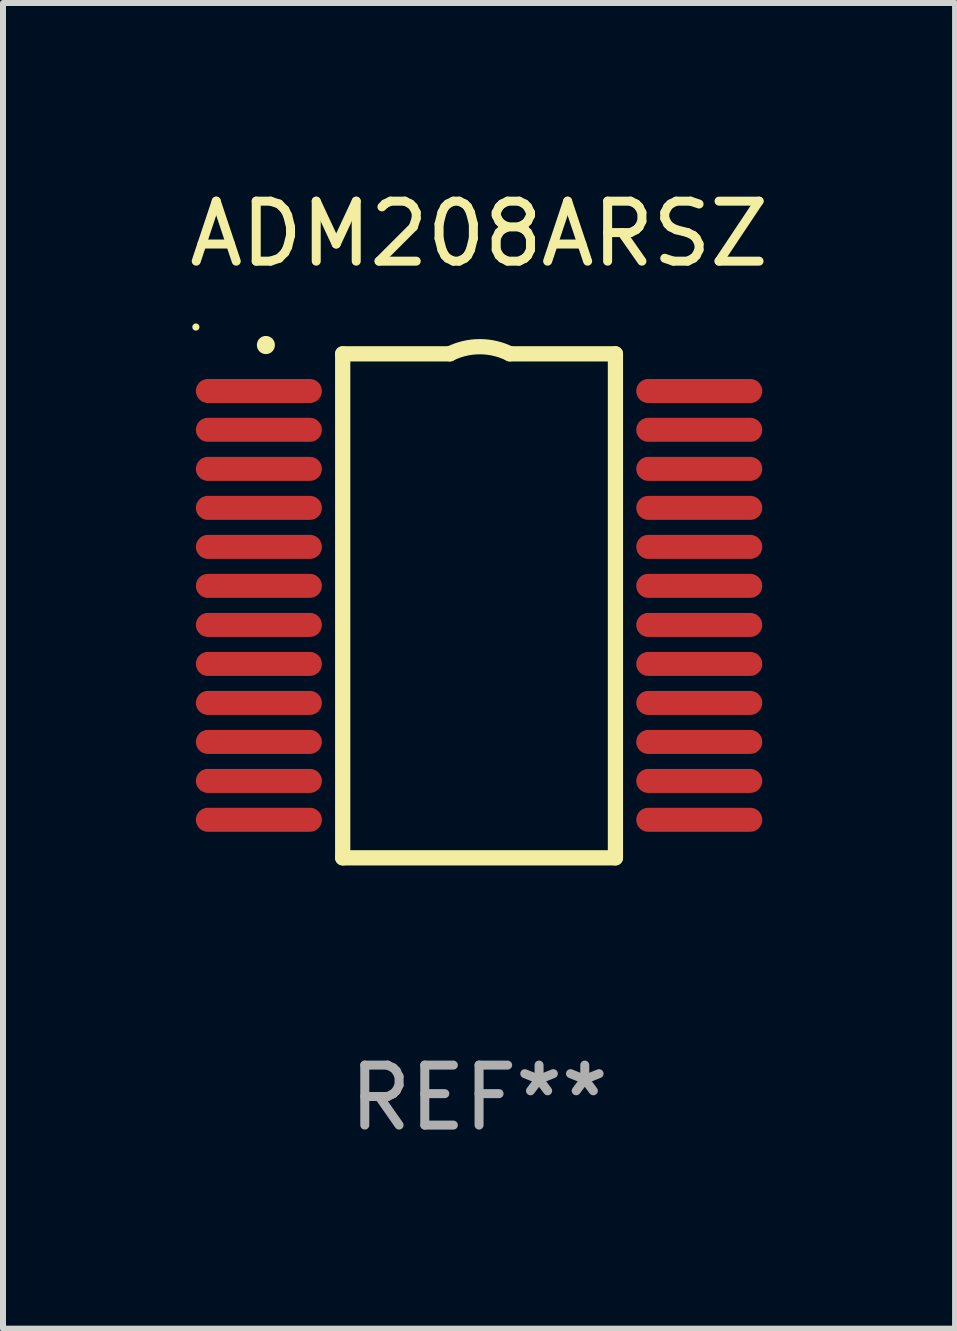
<source format=kicad_pcb>
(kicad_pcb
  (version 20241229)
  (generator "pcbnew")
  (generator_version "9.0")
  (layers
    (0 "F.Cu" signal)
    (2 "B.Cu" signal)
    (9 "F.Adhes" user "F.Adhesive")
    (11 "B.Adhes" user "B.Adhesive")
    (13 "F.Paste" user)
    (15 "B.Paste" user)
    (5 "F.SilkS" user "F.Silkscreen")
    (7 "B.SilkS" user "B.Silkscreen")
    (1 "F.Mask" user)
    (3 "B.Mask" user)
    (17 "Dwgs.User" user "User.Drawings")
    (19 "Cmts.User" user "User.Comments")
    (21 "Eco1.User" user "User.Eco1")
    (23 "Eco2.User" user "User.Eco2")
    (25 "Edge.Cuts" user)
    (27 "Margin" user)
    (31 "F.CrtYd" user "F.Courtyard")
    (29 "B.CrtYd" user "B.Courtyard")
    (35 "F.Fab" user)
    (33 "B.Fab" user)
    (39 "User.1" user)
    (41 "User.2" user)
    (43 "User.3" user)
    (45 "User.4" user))
  (footprint "ADM208ARSZ"
    (layer "F.Cu")
    (at 4.935 7.048)
    (property "Reference" "ADM208ARSZ" (at 0 -6.2 0) (layer "F.SilkS") (effects (font (size 1 1) (thickness 0.15))))
    (attr through_hole)
    (fp_line (start -2.273 -4.2) (end -0.487 -4.2) (stroke (width 0.254) (type solid)) (layer "F.SilkS"))
    (fp_line (start -2.273 4.2) (end -2.273 -4.2) (stroke (width 0.254) (type solid)) (layer "F.SilkS"))
    (fp_line (start 0.513 -4.2) (end 2.273 -4.2) (stroke (width 0.254) (type solid)) (layer "F.SilkS"))
    (fp_line (start 2.273 -4.2) (end 2.273 4.2) (stroke (width 0.254) (type solid)) (layer "F.SilkS"))
    (fp_line (start 2.273 4.2) (end -2.273 4.2) (stroke (width 0.254) (type solid)) (layer "F.SilkS"))
    (fp_arc (start -3.553467 -4.345949) (mid -3.553472 -4.347219) (end -3.553467 -4.348489) (stroke (width 0.3) (type solid)) (layer "F.SilkS"))
    (fp_arc (start -0.487681 -4.201168) (mid 0.0127 -4.319332) (end 0.513081 -4.201168) (stroke (width 0.254001) (type solid)) (layer "F.SilkS"))
    (fp_circle (center -4.72 -4.647) (end -4.69 -4.647) (stroke (width 0.06) (type solid)) (fill no) (layer "F.SilkS"))
    (fp_text user "REF**" (at 0 8.2 0) (layer "F.Fab") (effects (font (size 1 1) (thickness 0.15))))
    (pad "1" smd oval (at -3.67 -3.581 90) (size 0.4 2.1) (layers "F.Cu" "F.Mask" "F.Paste"))
    (pad "2" smd oval (at -3.67 -2.934 90) (size 0.4 2.1) (layers "F.Cu" "F.Mask" "F.Paste"))
    (pad "3" smd oval (at -3.67 -2.283 90) (size 0.4 2.1) (layers "F.Cu" "F.Mask" "F.Paste"))
    (pad "4" smd oval (at -3.67 -1.633 90) (size 0.4 2.1) (layers "F.Cu" "F.Mask" "F.Paste"))
    (pad "5" smd oval (at -3.67 -0.983 90) (size 0.4 2.1) (layers "F.Cu" "F.Mask" "F.Paste"))
    (pad "6" smd oval (at -3.67 -0.333 90) (size 0.4 2.1) (layers "F.Cu" "F.Mask" "F.Paste"))
    (pad "7" smd oval (at -3.67 0.318 90) (size 0.4 2.1) (layers "F.Cu" "F.Mask" "F.Paste"))
    (pad "8" smd oval (at -3.67 0.968 90) (size 0.4 2.1) (layers "F.Cu" "F.Mask" "F.Paste"))
    (pad "9" smd oval (at -3.67 1.618 90) (size 0.4 2.1) (layers "F.Cu" "F.Mask" "F.Paste"))
    (pad "10" smd oval (at -3.67 2.268 90) (size 0.4 2.1) (layers "F.Cu" "F.Mask" "F.Paste"))
    (pad "11" smd oval (at -3.67 2.918 90) (size 0.4 2.1) (layers "F.Cu" "F.Mask" "F.Paste"))
    (pad "12" smd oval (at -3.67 3.566 90) (size 0.4 2.1) (layers "F.Cu" "F.Mask" "F.Paste"))
    (pad "13" smd oval (at 3.67 3.566 90) (size 0.4 2.1) (layers "F.Cu" "F.Mask" "F.Paste"))
    (pad "14" smd oval (at 3.67 2.918 90) (size 0.4 2.1) (layers "F.Cu" "F.Mask" "F.Paste"))
    (pad "15" smd oval (at 3.67 2.268 90) (size 0.4 2.1) (layers "F.Cu" "F.Mask" "F.Paste"))
    (pad "16" smd oval (at 3.67 1.618 90) (size 0.4 2.1) (layers "F.Cu" "F.Mask" "F.Paste"))
    (pad "17" smd oval (at 3.67 0.968 90) (size 0.4 2.1) (layers "F.Cu" "F.Mask" "F.Paste"))
    (pad "18" smd oval (at 3.67 0.318 90) (size 0.4 2.1) (layers "F.Cu" "F.Mask" "F.Paste"))
    (pad "19" smd oval (at 3.67 -0.333 90) (size 0.4 2.1) (layers "F.Cu" "F.Mask" "F.Paste"))
    (pad "20" smd oval (at 3.67 -0.983 90) (size 0.4 2.1) (layers "F.Cu" "F.Mask" "F.Paste"))
    (pad "21" smd oval (at 3.67 -1.633 90) (size 0.4 2.1) (layers "F.Cu" "F.Mask" "F.Paste"))
    (pad "22" smd oval (at 3.67 -2.283 90) (size 0.4 2.1) (layers "F.Cu" "F.Mask" "F.Paste"))
    (pad "23" smd oval (at 3.67 -2.934 90) (size 0.4 2.1) (layers "F.Cu" "F.Mask" "F.Paste"))
    (pad "24" smd oval (at 3.67 -3.581 90) (size 0.4 2.1) (layers "F.Cu" "F.Mask" "F.Paste")))
  (gr_rect
    (start -3 -3)
    (end 12.869 19.096)
    (stroke (width 0.1) (type default))
    (fill no)
    (layer "Edge.Cuts")))
</source>
